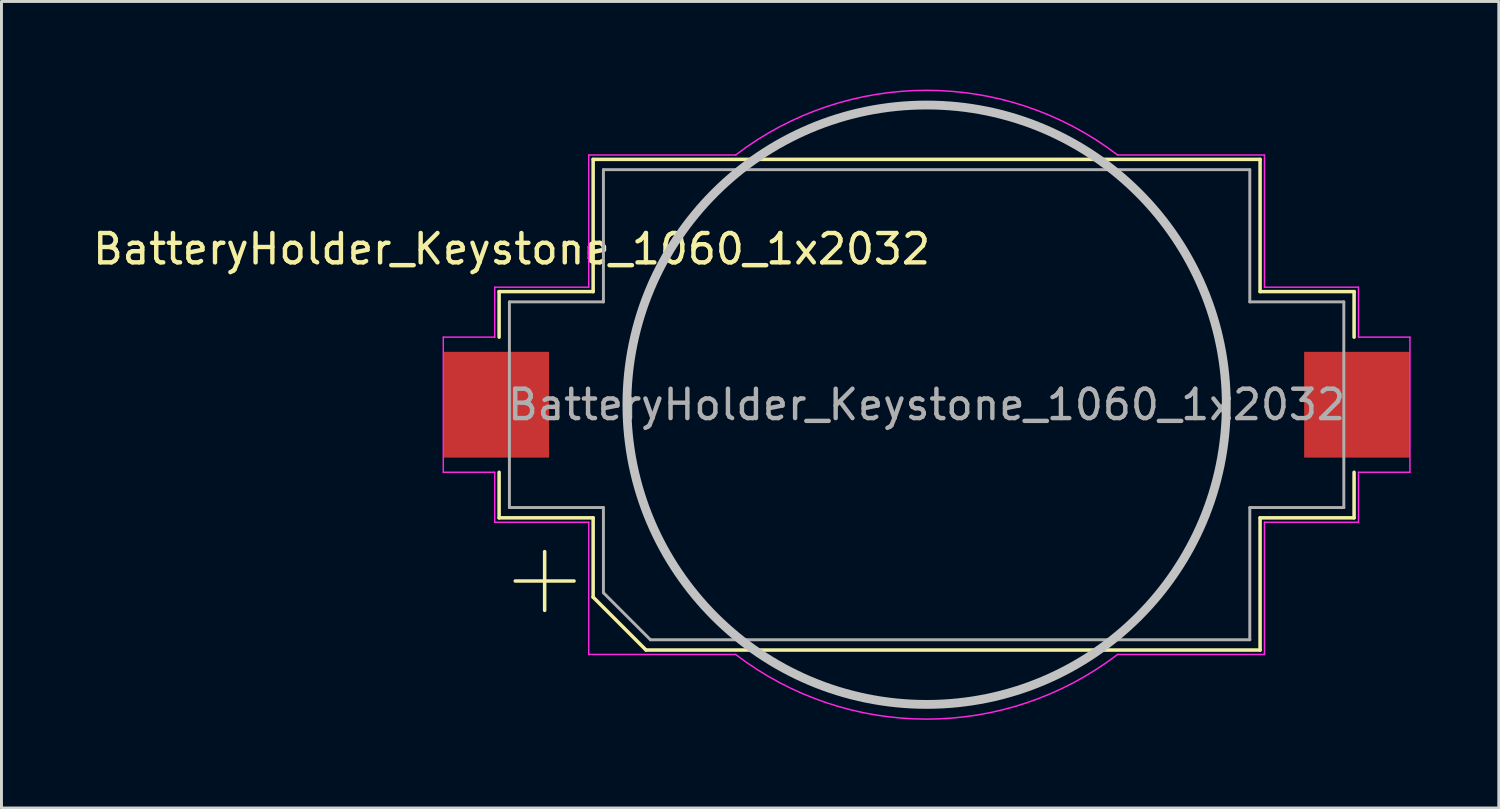
<source format=kicad_pcb>
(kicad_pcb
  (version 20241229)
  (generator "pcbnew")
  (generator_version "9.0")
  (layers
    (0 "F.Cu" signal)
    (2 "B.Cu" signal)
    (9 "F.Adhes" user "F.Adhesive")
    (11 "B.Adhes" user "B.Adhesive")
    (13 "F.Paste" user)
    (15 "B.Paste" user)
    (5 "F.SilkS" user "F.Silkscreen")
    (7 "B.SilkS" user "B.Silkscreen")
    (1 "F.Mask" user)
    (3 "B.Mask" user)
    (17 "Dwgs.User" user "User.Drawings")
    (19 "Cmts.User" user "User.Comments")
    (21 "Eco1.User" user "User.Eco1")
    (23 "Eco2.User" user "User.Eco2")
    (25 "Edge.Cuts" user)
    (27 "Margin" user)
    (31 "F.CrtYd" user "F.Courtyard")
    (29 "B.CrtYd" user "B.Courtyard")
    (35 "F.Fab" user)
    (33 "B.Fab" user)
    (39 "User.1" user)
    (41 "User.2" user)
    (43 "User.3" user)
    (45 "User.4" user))
  (footprint "BatteryHolder_Keystone_1060_1x2032"
    (layer "F.Cu")
    (at 28.488 10.725)
    (property "Reference" "BatteryHolder_Keystone_1060_1x2032" (at -14.125 -5.3 0) (layer "F.SilkS") (effects (font (size 1 1) (thickness 0.15))))
    (attr smd)
    (fp_line (start -14.55 -3.85) (end -14.55 -2.3) (stroke (width 0.12) (type solid)) (layer "F.SilkS"))
    (fp_line (start -14.55 3.85) (end -14.55 2.3) (stroke (width 0.12) (type solid)) (layer "F.SilkS"))
    (fp_line (start -13 5) (end -13 7) (stroke (width 0.12) (type solid)) (layer "F.SilkS"))
    (fp_line (start -12 6) (end -14 6) (stroke (width 0.12) (type solid)) (layer "F.SilkS"))
    (fp_line (start -11.35 -8.35) (end -11.35 -3.85) (stroke (width 0.12) (type solid)) (layer "F.SilkS"))
    (fp_line (start -11.35 -8.35) (end 11.35 -8.35) (stroke (width 0.12) (type solid)) (layer "F.SilkS"))
    (fp_line (start -11.35 -3.85) (end -14.55 -3.85) (stroke (width 0.12) (type solid)) (layer "F.SilkS"))
    (fp_line (start -11.35 3.85) (end -14.55 3.85) (stroke (width 0.12) (type solid)) (layer "F.SilkS"))
    (fp_line (start -11.35 6.55) (end -11.35 3.85) (stroke (width 0.12) (type solid)) (layer "F.SilkS"))
    (fp_line (start -9.55 8.35) (end -11.35 6.55) (stroke (width 0.12) (type solid)) (layer "F.SilkS"))
    (fp_line (start 11.35 -8.35) (end 11.35 -3.85) (stroke (width 0.12) (type solid)) (layer "F.SilkS"))
    (fp_line (start 11.35 -3.85) (end 14.55 -3.85) (stroke (width 0.12) (type solid)) (layer "F.SilkS"))
    (fp_line (start 11.35 3.85) (end 14.55 3.85) (stroke (width 0.12) (type solid)) (layer "F.SilkS"))
    (fp_line (start 11.35 8.35) (end -9.55 8.35) (stroke (width 0.12) (type solid)) (layer "F.SilkS"))
    (fp_line (start 11.35 8.35) (end 11.35 3.85) (stroke (width 0.12) (type solid)) (layer "F.SilkS"))
    (fp_line (start 14.55 -3.85) (end 14.55 -2.3) (stroke (width 0.12) (type solid)) (layer "F.SilkS"))
    (fp_line (start 14.55 3.85) (end 14.55 2.3) (stroke (width 0.12) (type solid)) (layer "F.SilkS"))
    (fp_circle (center 0 0) (end -10.2 0) (stroke (width 0.3) (type solid)) (fill no) (layer "Dwgs.User"))
    (fp_line (start -16.45 2.3) (end -16.45 -2.3) (stroke (width 0.05) (type solid)) (layer "F.CrtYd"))
    (fp_line (start -14.7 -4) (end -11.5 -4) (stroke (width 0.05) (type solid)) (layer "F.CrtYd"))
    (fp_line (start -14.7 -2.3) (end -16.45 -2.3) (stroke (width 0.05) (type solid)) (layer "F.CrtYd"))
    (fp_line (start -14.7 -2.3) (end -14.7 -4) (stroke (width 0.05) (type solid)) (layer "F.CrtYd"))
    (fp_line (start -14.7 2.3) (end -16.45 2.3) (stroke (width 0.05) (type solid)) (layer "F.CrtYd"))
    (fp_line (start -14.7 4) (end -14.7 2.3) (stroke (width 0.05) (type solid)) (layer "F.CrtYd"))
    (fp_line (start -14.7 4) (end -11.5 4) (stroke (width 0.05) (type solid)) (layer "F.CrtYd"))
    (fp_line (start -11.5 -8.5) (end -6.5 -8.5) (stroke (width 0.05) (type solid)) (layer "F.CrtYd"))
    (fp_line (start -11.5 -4) (end -11.5 -8.5) (stroke (width 0.05) (type solid)) (layer "F.CrtYd"))
    (fp_line (start -11.5 4) (end -11.5 8.5) (stroke (width 0.05) (type solid)) (layer "F.CrtYd"))
    (fp_line (start -6.5 8.5) (end -11.5 8.5) (stroke (width 0.05) (type solid)) (layer "F.CrtYd"))
    (fp_line (start 11.5 -8.5) (end 6.5 -8.5) (stroke (width 0.05) (type solid)) (layer "F.CrtYd"))
    (fp_line (start 11.5 -8.5) (end 11.5 -4) (stroke (width 0.05) (type solid)) (layer "F.CrtYd"))
    (fp_line (start 11.5 -4) (end 14.7 -4) (stroke (width 0.05) (type solid)) (layer "F.CrtYd"))
    (fp_line (start 11.5 4) (end 11.5 8.5) (stroke (width 0.05) (type solid)) (layer "F.CrtYd"))
    (fp_line (start 11.5 8.5) (end 6.5 8.5) (stroke (width 0.05) (type solid)) (layer "F.CrtYd"))
    (fp_line (start 14.7 -4) (end 14.7 -2.3) (stroke (width 0.05) (type solid)) (layer "F.CrtYd"))
    (fp_line (start 14.7 -2.3) (end 16.45 -2.3) (stroke (width 0.05) (type solid)) (layer "F.CrtYd"))
    (fp_line (start 14.7 2.3) (end 14.7 4) (stroke (width 0.05) (type solid)) (layer "F.CrtYd"))
    (fp_line (start 14.7 4) (end 11.5 4) (stroke (width 0.05) (type solid)) (layer "F.CrtYd"))
    (fp_line (start 16.45 -2.3) (end 16.45 2.3) (stroke (width 0.05) (type solid)) (layer "F.CrtYd"))
    (fp_line (start 16.45 2.3) (end 14.7 2.3) (stroke (width 0.05) (type solid)) (layer "F.CrtYd"))
    (fp_arc (start -6.499999 -8.5) (mid 0 -10.700467) (end 6.5 -8.5) (stroke (width 0.05) (type solid)) (layer "F.CrtYd"))
    (fp_arc (start 6.499999 8.5) (mid 0 10.700467) (end -6.5 8.5) (stroke (width 0.05) (type solid)) (layer "F.CrtYd"))
    (fp_line (start -14.2 -3.5) (end -11 -3.5) (stroke (width 0.1) (type solid)) (layer "F.Fab"))
    (fp_line (start -14.2 3.5) (end -14.2 -3.5) (stroke (width 0.1) (type solid)) (layer "F.Fab"))
    (fp_line (start -11 -8) (end -11 -3.5) (stroke (width 0.1) (type solid)) (layer "F.Fab"))
    (fp_line (start -11 3.5) (end -14.2 3.5) (stroke (width 0.1) (type solid)) (layer "F.Fab"))
    (fp_line (start -11 6.4) (end -11 3.5) (stroke (width 0.1) (type solid)) (layer "F.Fab"))
    (fp_line (start -9.4 8) (end -11 6.4) (stroke (width 0.1) (type solid)) (layer "F.Fab"))
    (fp_line (start 11 -8) (end -11 -8) (stroke (width 0.1) (type solid)) (layer "F.Fab"))
    (fp_line (start 11 -8) (end 11 -3.5) (stroke (width 0.1) (type solid)) (layer "F.Fab"))
    (fp_line (start 11 3.5) (end 14.2 3.5) (stroke (width 0.1) (type solid)) (layer "F.Fab"))
    (fp_line (start 11 8) (end -9.4 8) (stroke (width 0.1) (type solid)) (layer "F.Fab"))
    (fp_line (start 11 8) (end 11 3.5) (stroke (width 0.1) (type solid)) (layer "F.Fab"))
    (fp_line (start 14.2 -3.5) (end 11 -3.5) (stroke (width 0.1) (type solid)) (layer "F.Fab"))
    (fp_line (start 14.2 3.5) (end 14.2 -3.5) (stroke (width 0.1) (type solid)) (layer "F.Fab"))
    (fp_text user "${REFERENCE}" (at 0 0 0) (layer "F.Fab") (effects (font (size 1 1) (thickness 0.15))))
    (pad "1" smd rect (at -14.65 0 180) (size 3.6 3.6) (layers "F.Cu" "F.Mask" "F.Paste"))
    (pad "2" smd rect (at 14.65 0 180) (size 3.6 3.6) (layers "F.Cu" "F.Mask" "F.Paste")))
  (gr_rect
    (start -3 -3)
    (end 47.963 24.451)
    (stroke (width 0.1) (type default))
    (fill no)
    (layer "Edge.Cuts")))
</source>
